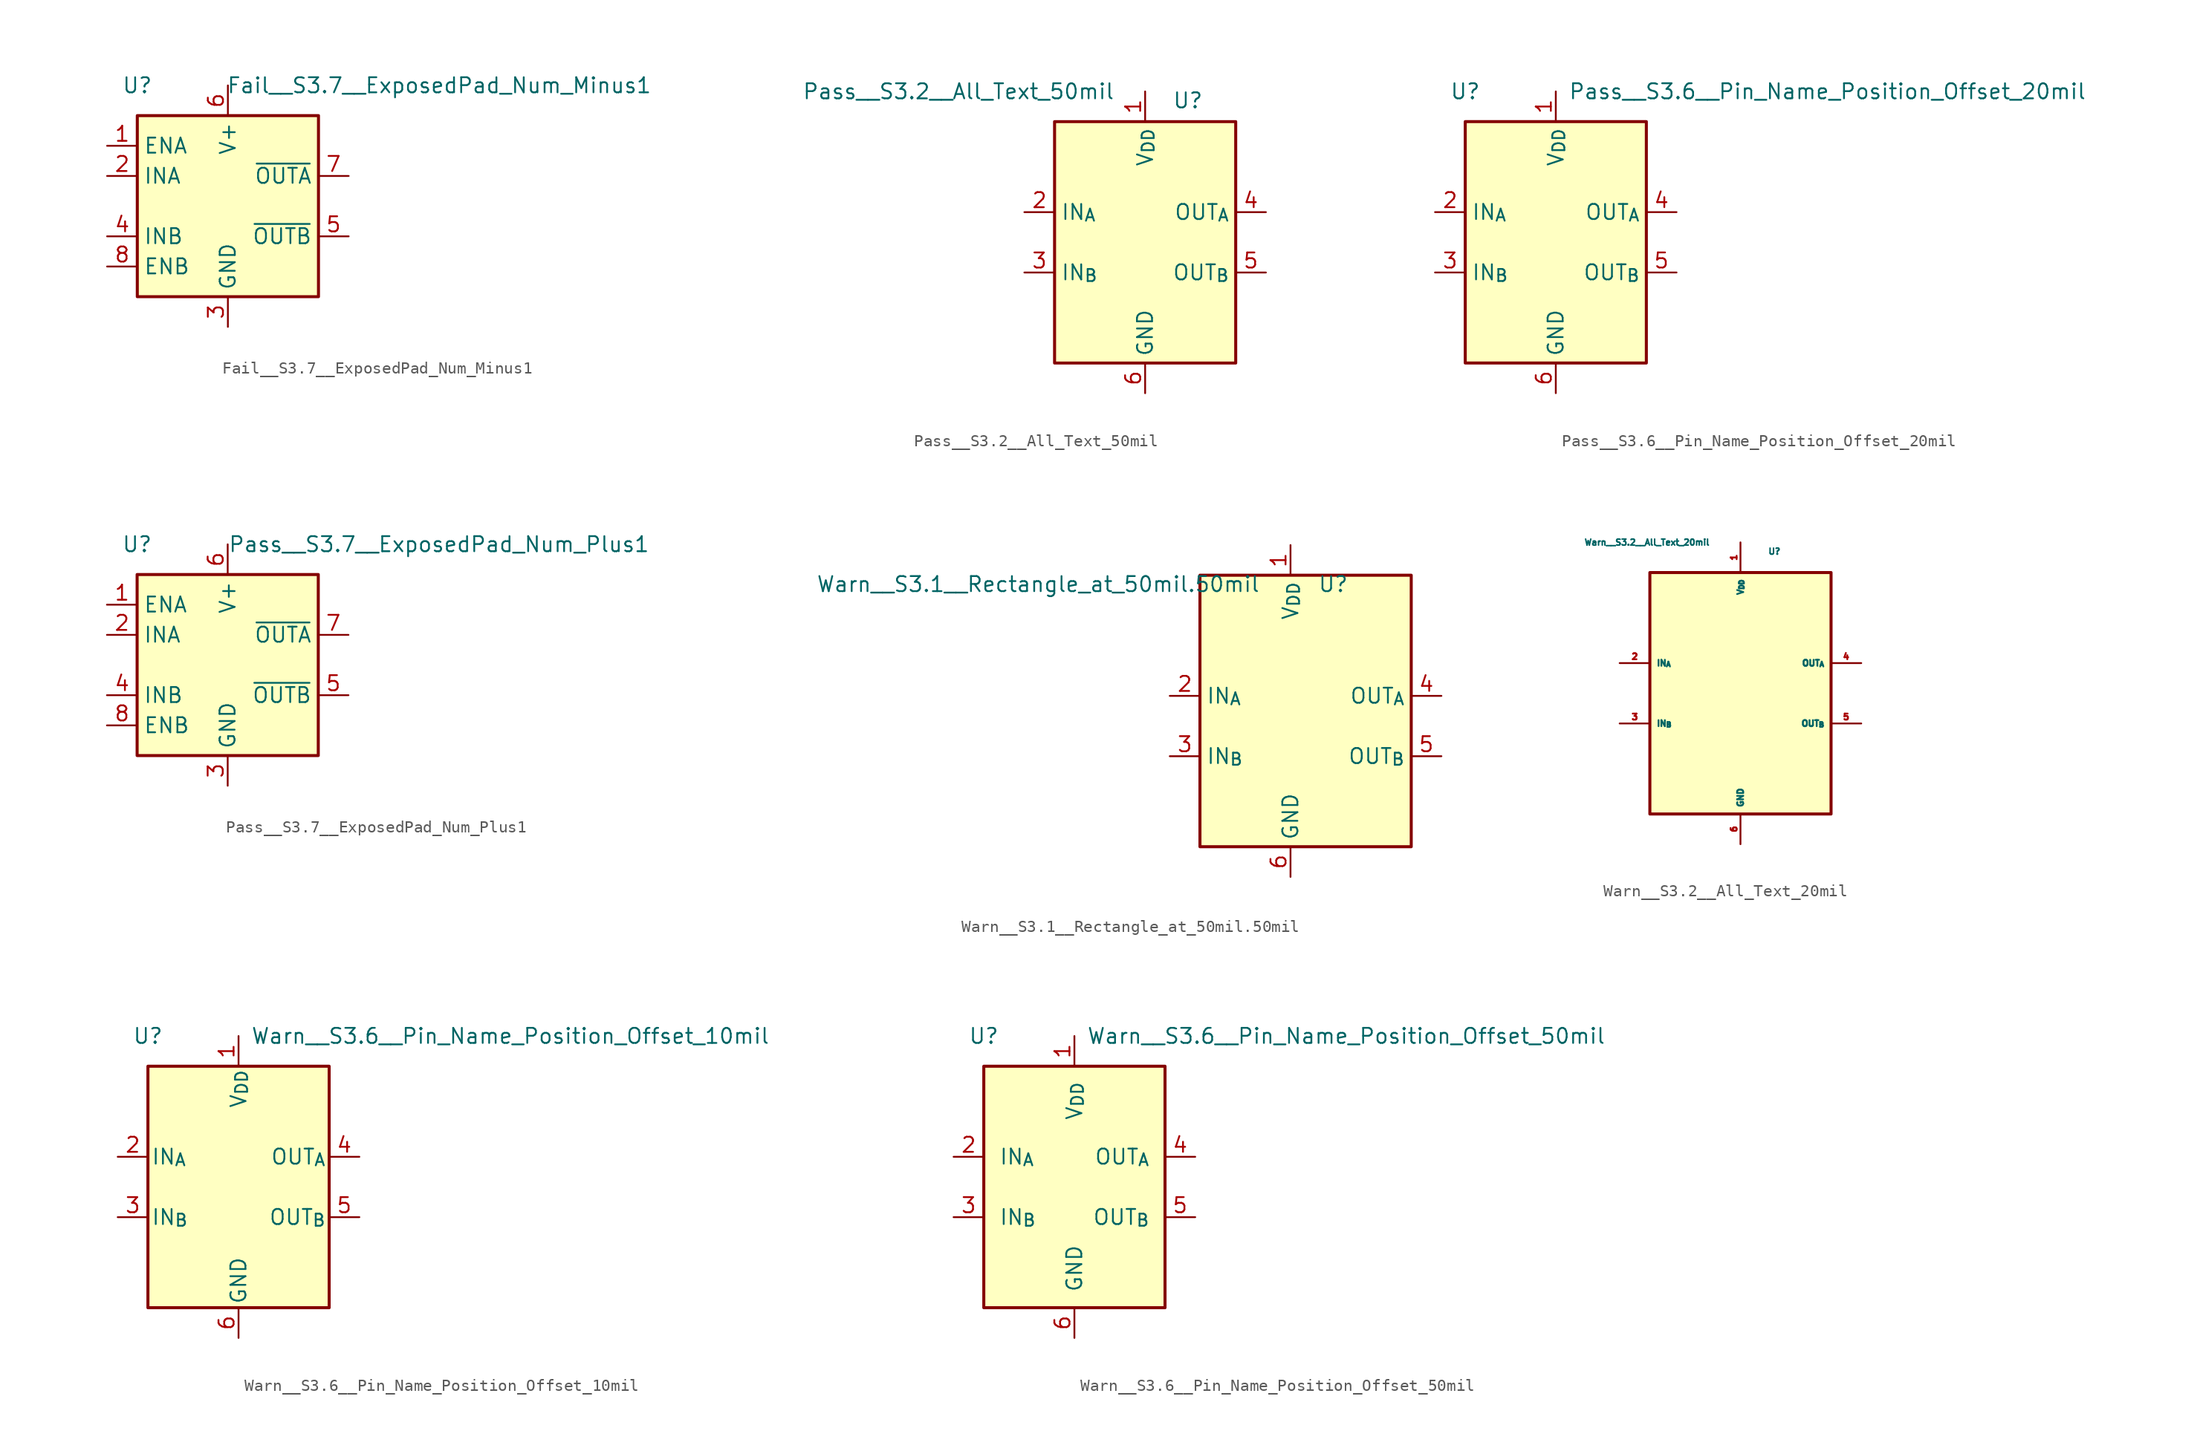
<source format=kicad_sym>
(kicad_symbol_lib
  (version 20211014)
  (generator kicad_symbol_editor)
  (symbol "Fail__S3.7__ExposedPad_Num_Minus1"
    (property "Reference" "U"
      (at -7.62 10.16 0)
      (effects (font (size 1.27 1.27))))
    (property "Value" "Fail__S3.7__ExposedPad_Num_Minus1"
      (at 17.78 10.16 0)
      (effects (font (size 1.27 1.27))))
    (symbol "Fail__S3.7__ExposedPad_Num_Minus1_0_1"
      (rectangle (start -7.62 -7.62) (end 7.62 7.62) (stroke (width 0.254) (type default) (color 0 0 0 0)) (fill (type background))))
    (symbol "Fail__S3.7__ExposedPad_Num_Minus1_1_1"
      (pin input line (at -10.16 5.08 0) (length 2.54) (name "ENA" (effects (font (size 1.27 1.27)))) (number "1" (effects (font (size 1.27 1.27)))))
      (pin passive line (at 0 -10.16 90) (length 2.54) hide (name "GND" (effects (font (size 1.27 1.27)))) (number "12" (effects (font (size 1.27 1.27)))))
      (pin input line (at -10.16 2.54 0) (length 2.54) (name "INA" (effects (font (size 1.27 1.27)))) (number "2" (effects (font (size 1.27 1.27)))))
      (pin power_in line (at 0 -10.16 90) (length 2.54) (name "GND" (effects (font (size 1.27 1.27)))) (number "3" (effects (font (size 1.27 1.27)))))
      (pin input line (at -10.16 -2.54 0) (length 2.54) (name "INB" (effects (font (size 1.27 1.27)))) (number "4" (effects (font (size 1.27 1.27)))))
      (pin output line (at 10.16 -2.54 180) (length 2.54) (name "~{OUTB}" (effects (font (size 1.27 1.27)))) (number "5" (effects (font (size 1.27 1.27)))))
      (pin power_in line (at 0 10.16 270) (length 2.54) (name "V+" (effects (font (size 1.27 1.27)))) (number "6" (effects (font (size 1.27 1.27)))))
      (pin output line (at 10.16 2.54 180) (length 2.54) (name "~{OUTA}" (effects (font (size 1.27 1.27)))) (number "7" (effects (font (size 1.27 1.27)))))
      (pin input line (at -10.16 -5.08 0) (length 2.54) (name "ENB" (effects (font (size 1.27 1.27)))) (number "8" (effects (font (size 1.27 1.27)))))))
  (symbol "Pass__S3.2__All_Text_50mil"
    (property "Reference" "U"
      (at 2.286 11.938 0)
      (effects (font (size 1.27 1.27)) (justify left)))
    (property "Value" "Pass__S3.2__All_Text_50mil"
      (at -2.54 12.7 0)
      (effects (font (size 1.27 1.27)) (justify right)))
    (symbol "Pass__S3.2__All_Text_50mil_0_1"
      (rectangle (start -7.62 10.16) (end 7.62 -10.16) (stroke (width 0.254) (type default) (color 0 0 0 0)) (fill (type background))))
    (symbol "Pass__S3.2__All_Text_50mil_1_1"
      (pin power_in line (at 0 12.7 270) (length 2.54) (name "V_{DD}" (effects (font (size 1.27 1.27)))) (number "1" (effects (font (size 1.27 1.27)))))
      (pin input line (at -10.16 2.54 0) (length 2.54) (name "IN_{A}" (effects (font (size 1.27 1.27)))) (number "2" (effects (font (size 1.27 1.27)))))
      (pin input line (at -10.16 -2.54 0) (length 2.54) (name "IN_{B}" (effects (font (size 1.27 1.27)))) (number "3" (effects (font (size 1.27 1.27)))))
      (pin output line (at 10.16 2.54 180) (length 2.54) (name "OUT_{A}" (effects (font (size 1.27 1.27)))) (number "4" (effects (font (size 1.27 1.27)))))
      (pin output line (at 10.16 -2.54 180) (length 2.54) (name "OUT_{B}" (effects (font (size 1.27 1.27)))) (number "5" (effects (font (size 1.27 1.27)))))
      (pin power_in line (at 0 -12.7 90) (length 2.54) (name "GND" (effects (font (size 1.27 1.27)))) (number "6" (effects (font (size 1.27 1.27)))))
      (pin no_connect line (at 7.62 7.62 180) (length 2.54) hide (name "NC" (effects (font (size 1.27 1.27)))) (number "7" (effects (font (size 1.27 1.27)))))
      (pin no_connect line (at 7.62 -7.62 180) (length 2.54) hide (name "NC" (effects (font (size 1.27 1.27)))) (number "8" (effects (font (size 1.27 1.27)))))))
  (symbol "Pass__S3.6__Pin_Name_Position_Offset_20mil"
    (property "Reference" "U"
      (at -7.62 12.7 0)
      (effects (font (size 1.27 1.27))))
    (property "Value" "Pass__S3.6__Pin_Name_Position_Offset_20mil"
      (at 22.86 12.7 0)
      (effects (font (size 1.27 1.27))))
    (symbol "Pass__S3.6__Pin_Name_Position_Offset_20mil_0_1"
      (rectangle (start -7.62 10.16) (end 7.62 -10.16) (stroke (width 0.254) (type default) (color 0 0 0 0)) (fill (type background))))
    (symbol "Pass__S3.6__Pin_Name_Position_Offset_20mil_1_1"
      (pin power_in line (at 0 12.7 270) (length 2.54) (name "V_{DD}" (effects (font (size 1.27 1.27)))) (number "1" (effects (font (size 1.27 1.27)))))
      (pin input line (at -10.16 2.54 0) (length 2.54) (name "IN_{A}" (effects (font (size 1.27 1.27)))) (number "2" (effects (font (size 1.27 1.27)))))
      (pin input line (at -10.16 -2.54 0) (length 2.54) (name "IN_{B}" (effects (font (size 1.27 1.27)))) (number "3" (effects (font (size 1.27 1.27)))))
      (pin output line (at 10.16 2.54 180) (length 2.54) (name "OUT_{A}" (effects (font (size 1.27 1.27)))) (number "4" (effects (font (size 1.27 1.27)))))
      (pin output line (at 10.16 -2.54 180) (length 2.54) (name "OUT_{B}" (effects (font (size 1.27 1.27)))) (number "5" (effects (font (size 1.27 1.27)))))
      (pin power_in line (at 0 -12.7 90) (length 2.54) (name "GND" (effects (font (size 1.27 1.27)))) (number "6" (effects (font (size 1.27 1.27)))))
      (pin no_connect line (at 7.62 7.62 180) (length 2.54) hide (name "NC" (effects (font (size 1.27 1.27)))) (number "7" (effects (font (size 1.27 1.27)))))
      (pin no_connect line (at 7.62 -7.62 180) (length 2.54) hide (name "NC" (effects (font (size 1.27 1.27)))) (number "8" (effects (font (size 1.27 1.27)))))))
  (symbol "Pass__S3.7__ExposedPad_Num_Plus1"
    (property "Reference" "U"
      (at -7.62 10.16 0)
      (effects (font (size 1.27 1.27))))
    (property "Value" "Pass__S3.7__ExposedPad_Num_Plus1"
      (at 17.78 10.16 0)
      (effects (font (size 1.27 1.27))))
    (symbol "Pass__S3.7__ExposedPad_Num_Plus1_0_1"
      (rectangle (start -7.62 -7.62) (end 7.62 7.62) (stroke (width 0.254) (type default) (color 0 0 0 0)) (fill (type background))))
    (symbol "Pass__S3.7__ExposedPad_Num_Plus1_1_1"
      (pin input line (at -10.16 5.08 0) (length 2.54) (name "ENA" (effects (font (size 1.27 1.27)))) (number "1" (effects (font (size 1.27 1.27)))))
      (pin input line (at -10.16 2.54 0) (length 2.54) (name "INA" (effects (font (size 1.27 1.27)))) (number "2" (effects (font (size 1.27 1.27)))))
      (pin power_in line (at 0 -10.16 90) (length 2.54) (name "GND" (effects (font (size 1.27 1.27)))) (number "3" (effects (font (size 1.27 1.27)))))
      (pin input line (at -10.16 -2.54 0) (length 2.54) (name "INB" (effects (font (size 1.27 1.27)))) (number "4" (effects (font (size 1.27 1.27)))))
      (pin output line (at 10.16 -2.54 180) (length 2.54) (name "~{OUTB}" (effects (font (size 1.27 1.27)))) (number "5" (effects (font (size 1.27 1.27)))))
      (pin power_in line (at 0 10.16 270) (length 2.54) (name "V+" (effects (font (size 1.27 1.27)))) (number "6" (effects (font (size 1.27 1.27)))))
      (pin output line (at 10.16 2.54 180) (length 2.54) (name "~{OUTA}" (effects (font (size 1.27 1.27)))) (number "7" (effects (font (size 1.27 1.27)))))
      (pin input line (at -10.16 -5.08 0) (length 2.54) (name "ENB" (effects (font (size 1.27 1.27)))) (number "8" (effects (font (size 1.27 1.27)))))
      (pin passive line (at 0 -10.16 90) (length 2.54) hide (name "GND" (effects (font (size 1.27 1.27)))) (number "9" (effects (font (size 1.27 1.27)))))))
  (symbol "Warn__S3.1__Rectangle_at_50mil.50mil"
    (property "Reference" "U"
      (at 2.286 11.938 0)
      (effects (font (size 1.27 1.27)) (justify left)))
    (property "Value" "Warn__S3.1__Rectangle_at_50mil.50mil"
      (at -2.54 11.938 0)
      (effects (font (size 1.27 1.27)) (justify right)))
    (symbol "Warn__S3.1__Rectangle_at_50mil.50mil_0_1"
      (rectangle (start -7.62 12.7) (end 10.16 -10.16) (stroke (width 0.254) (type default) (color 0 0 0 0)) (fill (type background))))
    (symbol "Warn__S3.1__Rectangle_at_50mil.50mil_1_1"
      (pin power_in line (at 0 15.24 270) (length 2.54) (name "V_{DD}" (effects (font (size 1.27 1.27)))) (number "1" (effects (font (size 1.27 1.27)))))
      (pin input line (at -10.16 2.54 0) (length 2.54) (name "IN_{A}" (effects (font (size 1.27 1.27)))) (number "2" (effects (font (size 1.27 1.27)))))
      (pin input line (at -10.16 -2.54 0) (length 2.54) (name "IN_{B}" (effects (font (size 1.27 1.27)))) (number "3" (effects (font (size 1.27 1.27)))))
      (pin output line (at 12.7 2.54 180) (length 2.54) (name "OUT_{A}" (effects (font (size 1.27 1.27)))) (number "4" (effects (font (size 1.27 1.27)))))
      (pin output line (at 12.7 -2.54 180) (length 2.54) (name "OUT_{B}" (effects (font (size 1.27 1.27)))) (number "5" (effects (font (size 1.27 1.27)))))
      (pin power_in line (at 0 -12.7 90) (length 2.54) (name "GND" (effects (font (size 1.27 1.27)))) (number "6" (effects (font (size 1.27 1.27)))))
      (pin no_connect line (at 10.16 7.62 180) (length 2.54) hide (name "NC" (effects (font (size 1.27 1.27)))) (number "7" (effects (font (size 1.27 1.27)))))
      (pin no_connect line (at 10.16 -7.62 180) (length 2.54) hide (name "NC" (effects (font (size 1.27 1.27)))) (number "8" (effects (font (size 1.27 1.27)))))))
  (symbol "Warn__S3.2__All_Text_20mil"
    (property "Reference" "U"
      (at 2.286 11.938 0)
      (effects (font (size 0.508 0.508)) (justify left)))
    (property "Value" "Warn__S3.2__All_Text_20mil"
      (at -2.54 12.7 0)
      (effects (font (size 0.508 0.508)) (justify right)))
    (symbol "Warn__S3.2__All_Text_20mil_0_1"
      (rectangle (start -7.62 10.16) (end 7.62 -10.16) (stroke (width 0.254) (type default) (color 0 0 0 0)) (fill (type background))))
    (symbol "Warn__S3.2__All_Text_20mil_1_1"
      (pin power_in line (at 0 12.7 270) (length 2.54) (name "V_{DD}" (effects (font (size 0.508 0.508)))) (number "1" (effects (font (size 0.508 0.508)))))
      (pin input line (at -10.16 2.54 0) (length 2.54) (name "IN_{A}" (effects (font (size 0.508 0.508)))) (number "2" (effects (font (size 0.508 0.508)))))
      (pin input line (at -10.16 -2.54 0) (length 2.54) (name "IN_{B}" (effects (font (size 0.508 0.508)))) (number "3" (effects (font (size 0.508 0.508)))))
      (pin output line (at 10.16 2.54 180) (length 2.54) (name "OUT_{A}" (effects (font (size 0.508 0.508)))) (number "4" (effects (font (size 0.508 0.508)))))
      (pin output line (at 10.16 -2.54 180) (length 2.54) (name "OUT_{B}" (effects (font (size 0.508 0.508)))) (number "5" (effects (font (size 0.508 0.508)))))
      (pin power_in line (at 0 -12.7 90) (length 2.54) (name "GND" (effects (font (size 0.508 0.508)))) (number "6" (effects (font (size 0.508 0.508)))))
      (pin no_connect line (at 7.62 7.62 180) (length 2.54) hide (name "NC" (effects (font (size 0.508 0.508)))) (number "7" (effects (font (size 0.508 0.508)))))
      (pin no_connect line (at 7.62 -7.62 180) (length 2.54) hide (name "NC" (effects (font (size 0.508 0.508)))) (number "8" (effects (font (size 0.508 0.508)))))))
  (symbol "Warn__S3.6__Pin_Name_Position_Offset_10mil"
    (pin_names
      (offset 0.254))
    (property "Reference" "U"
      (at -7.62 12.7 0)
      (effects (font (size 1.27 1.27))))
    (property "Value" "Warn__S3.6__Pin_Name_Position_Offset_10mil"
      (at 22.86 12.7 0)
      (effects (font (size 1.27 1.27))))
    (symbol "Warn__S3.6__Pin_Name_Position_Offset_10mil_0_1"
      (rectangle (start -7.62 10.16) (end 7.62 -10.16) (stroke (width 0.254) (type default) (color 0 0 0 0)) (fill (type background))))
    (symbol "Warn__S3.6__Pin_Name_Position_Offset_10mil_1_1"
      (pin power_in line (at 0 12.7 270) (length 2.54) (name "V_{DD}" (effects (font (size 1.27 1.27)))) (number "1" (effects (font (size 1.27 1.27)))))
      (pin input line (at -10.16 2.54 0) (length 2.54) (name "IN_{A}" (effects (font (size 1.27 1.27)))) (number "2" (effects (font (size 1.27 1.27)))))
      (pin input line (at -10.16 -2.54 0) (length 2.54) (name "IN_{B}" (effects (font (size 1.27 1.27)))) (number "3" (effects (font (size 1.27 1.27)))))
      (pin output line (at 10.16 2.54 180) (length 2.54) (name "OUT_{A}" (effects (font (size 1.27 1.27)))) (number "4" (effects (font (size 1.27 1.27)))))
      (pin output line (at 10.16 -2.54 180) (length 2.54) (name "OUT_{B}" (effects (font (size 1.27 1.27)))) (number "5" (effects (font (size 1.27 1.27)))))
      (pin power_in line (at 0 -12.7 90) (length 2.54) (name "GND" (effects (font (size 1.27 1.27)))) (number "6" (effects (font (size 1.27 1.27)))))
      (pin no_connect line (at 7.62 7.62 180) (length 2.54) hide (name "NC" (effects (font (size 1.27 1.27)))) (number "7" (effects (font (size 1.27 1.27)))))
      (pin no_connect line (at 7.62 -7.62 180) (length 2.54) hide (name "NC" (effects (font (size 1.27 1.27)))) (number "8" (effects (font (size 1.27 1.27)))))))
  (symbol "Warn__S3.6__Pin_Name_Position_Offset_50mil"
    (pin_names
      (offset 1.27))
    (property "Reference" "U"
      (at -7.62 12.7 0)
      (effects (font (size 1.27 1.27))))
    (property "Value" "Warn__S3.6__Pin_Name_Position_Offset_50mil"
      (at 22.86 12.7 0)
      (effects (font (size 1.27 1.27))))
    (symbol "Warn__S3.6__Pin_Name_Position_Offset_50mil_0_1"
      (rectangle (start -7.62 10.16) (end 7.62 -10.16) (stroke (width 0.254) (type default) (color 0 0 0 0)) (fill (type background))))
    (symbol "Warn__S3.6__Pin_Name_Position_Offset_50mil_1_1"
      (pin power_in line (at 0 12.7 270) (length 2.54) (name "V_{DD}" (effects (font (size 1.27 1.27)))) (number "1" (effects (font (size 1.27 1.27)))))
      (pin input line (at -10.16 2.54 0) (length 2.54) (name "IN_{A}" (effects (font (size 1.27 1.27)))) (number "2" (effects (font (size 1.27 1.27)))))
      (pin input line (at -10.16 -2.54 0) (length 2.54) (name "IN_{B}" (effects (font (size 1.27 1.27)))) (number "3" (effects (font (size 1.27 1.27)))))
      (pin output line (at 10.16 2.54 180) (length 2.54) (name "OUT_{A}" (effects (font (size 1.27 1.27)))) (number "4" (effects (font (size 1.27 1.27)))))
      (pin output line (at 10.16 -2.54 180) (length 2.54) (name "OUT_{B}" (effects (font (size 1.27 1.27)))) (number "5" (effects (font (size 1.27 1.27)))))
      (pin power_in line (at 0 -12.7 90) (length 2.54) (name "GND" (effects (font (size 1.27 1.27)))) (number "6" (effects (font (size 1.27 1.27)))))
      (pin no_connect line (at 7.62 7.62 180) (length 2.54) hide (name "NC" (effects (font (size 1.27 1.27)))) (number "7" (effects (font (size 1.27 1.27)))))
      (pin no_connect line (at 7.62 -7.62 180) (length 2.54) hide (name "NC" (effects (font (size 1.27 1.27)))) (number "8" (effects (font (size 1.27 1.27))))))))
</source>
